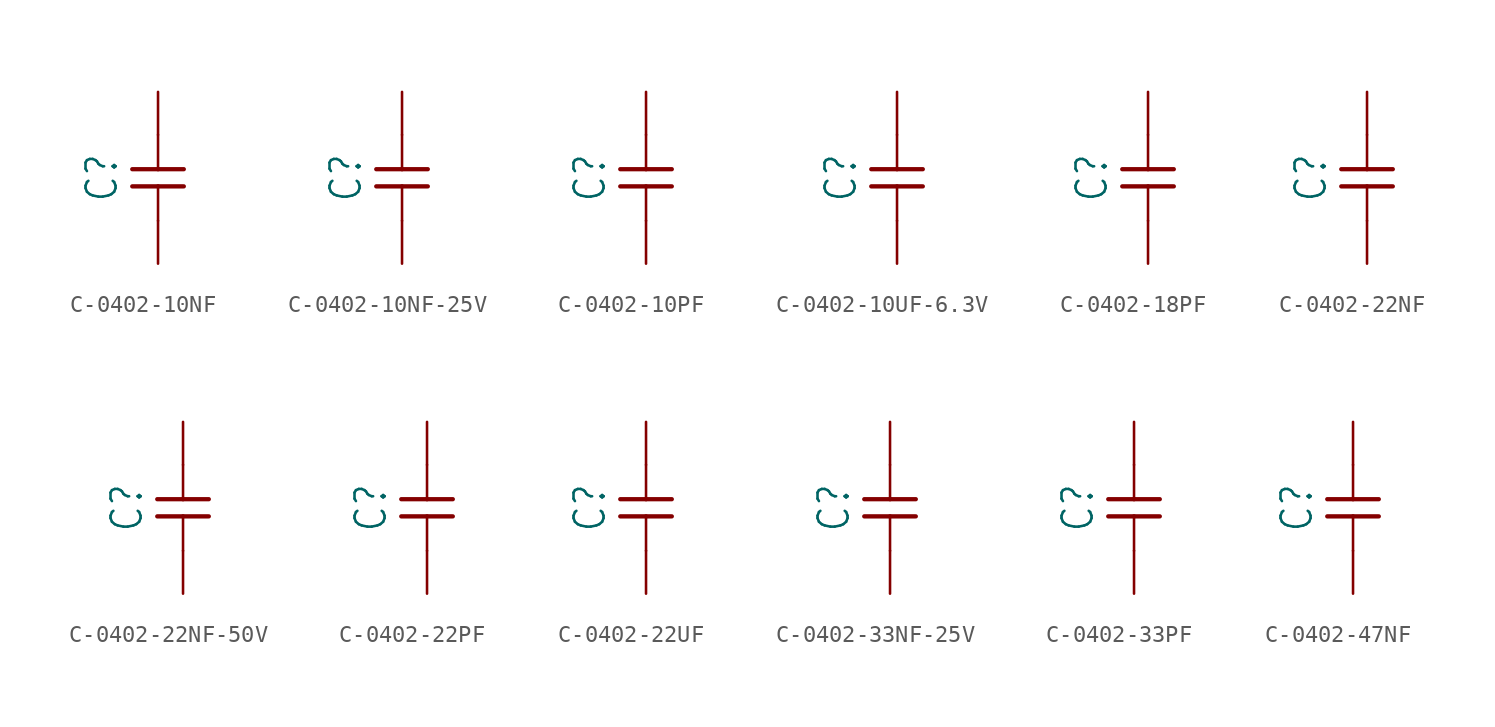
<source format=kicad_sym>
(kicad_symbol_lib
  (version 20231120)
  (generator "kicad_symbol_editor")
  (generator_version "8.0")
  (symbol "C-0402-10NF"
    (property "Reference" "C"
      (at -2.286 0 90)
      (effects (font (size 1.778 1.511)) (justify bottom)))
    (property "Value" ""
      (at 2.286 0 90)
      (effects (font (size 1.778 1.511)) (justify top)))
    (property "ki_locked" ""
      (at 0 0 0)
      (effects (font (size 1.27 1.27))))
    (symbol "C-0402-10NF_1_0"
      (polyline (pts (xy -1.524 0.508) (xy 0 0.508)) (stroke (width 0.254) (type solid)) (fill (type none)))
      (polyline (pts (xy 0 -2.54) (xy 0 -0.508)) (stroke (width 0.152) (type solid)) (fill (type none)))
      (polyline (pts (xy 0 -0.508) (xy -1.524 -0.508)) (stroke (width 0.254) (type solid)) (fill (type none)))
      (polyline (pts (xy 0 0.508) (xy 0 2.54)) (stroke (width 0.152) (type solid)) (fill (type none)))
      (polyline (pts (xy 0 0.508) (xy 1.524 0.508)) (stroke (width 0.254) (type solid)) (fill (type none)))
      (polyline (pts (xy 1.524 -0.508) (xy 0 -0.508)) (stroke (width 0.254) (type solid)) (fill (type none)))
      (pin passive line (at 0 5.08 270) (length 2.54) (name "1" (effects (font (size 0 0)))) (number "1" (effects (font (size 0 0)))))
      (pin passive line (at 0 -5.08 90) (length 2.54) (name "2" (effects (font (size 0 0)))) (number "2" (effects (font (size 0 0)))))))
  (symbol "C-0402-10NF-25V"
    (property "Reference" "C"
      (at -2.286 0 90)
      (effects (font (size 1.778 1.511)) (justify bottom)))
    (property "Value" ""
      (at 2.286 0 90)
      (effects (font (size 1.778 1.511)) (justify top)))
    (property "ki_locked" ""
      (at 0 0 0)
      (effects (font (size 1.27 1.27))))
    (symbol "C-0402-10NF-25V_1_0"
      (polyline (pts (xy -1.524 0.508) (xy 0 0.508)) (stroke (width 0.254) (type solid)) (fill (type none)))
      (polyline (pts (xy 0 -2.54) (xy 0 -0.508)) (stroke (width 0.152) (type solid)) (fill (type none)))
      (polyline (pts (xy 0 -0.508) (xy -1.524 -0.508)) (stroke (width 0.254) (type solid)) (fill (type none)))
      (polyline (pts (xy 0 0.508) (xy 0 2.54)) (stroke (width 0.152) (type solid)) (fill (type none)))
      (polyline (pts (xy 0 0.508) (xy 1.524 0.508)) (stroke (width 0.254) (type solid)) (fill (type none)))
      (polyline (pts (xy 1.524 -0.508) (xy 0 -0.508)) (stroke (width 0.254) (type solid)) (fill (type none)))
      (pin passive line (at 0 5.08 270) (length 2.54) (name "1" (effects (font (size 0 0)))) (number "1" (effects (font (size 0 0)))))
      (pin passive line (at 0 -5.08 90) (length 2.54) (name "2" (effects (font (size 0 0)))) (number "2" (effects (font (size 0 0)))))))
  (symbol "C-0402-10PF"
    (property "Reference" "C"
      (at -2.286 0 90)
      (effects (font (size 1.778 1.511)) (justify bottom)))
    (property "Value" ""
      (at 2.286 0 90)
      (effects (font (size 1.778 1.511)) (justify top)))
    (property "ki_locked" ""
      (at 0 0 0)
      (effects (font (size 1.27 1.27))))
    (symbol "C-0402-10PF_1_0"
      (polyline (pts (xy -1.524 0.508) (xy 0 0.508)) (stroke (width 0.254) (type solid)) (fill (type none)))
      (polyline (pts (xy 0 -2.54) (xy 0 -0.508)) (stroke (width 0.152) (type solid)) (fill (type none)))
      (polyline (pts (xy 0 -0.508) (xy -1.524 -0.508)) (stroke (width 0.254) (type solid)) (fill (type none)))
      (polyline (pts (xy 0 0.508) (xy 0 2.54)) (stroke (width 0.152) (type solid)) (fill (type none)))
      (polyline (pts (xy 0 0.508) (xy 1.524 0.508)) (stroke (width 0.254) (type solid)) (fill (type none)))
      (polyline (pts (xy 1.524 -0.508) (xy 0 -0.508)) (stroke (width 0.254) (type solid)) (fill (type none)))
      (pin passive line (at 0 5.08 270) (length 2.54) (name "1" (effects (font (size 0 0)))) (number "1" (effects (font (size 0 0)))))
      (pin passive line (at 0 -5.08 90) (length 2.54) (name "2" (effects (font (size 0 0)))) (number "2" (effects (font (size 0 0)))))))
  (symbol "C-0402-10UF-6.3V"
    (property "Reference" "C"
      (at -2.286 0 90)
      (effects (font (size 1.778 1.511)) (justify bottom)))
    (property "Value" ""
      (at 2.286 0 90)
      (effects (font (size 1.778 1.511)) (justify top)))
    (property "ki_locked" ""
      (at 0 0 0)
      (effects (font (size 1.27 1.27))))
    (symbol "C-0402-10UF-6.3V_1_0"
      (polyline (pts (xy -1.524 0.508) (xy 0 0.508)) (stroke (width 0.254) (type solid)) (fill (type none)))
      (polyline (pts (xy 0 -2.54) (xy 0 -0.508)) (stroke (width 0.152) (type solid)) (fill (type none)))
      (polyline (pts (xy 0 -0.508) (xy -1.524 -0.508)) (stroke (width 0.254) (type solid)) (fill (type none)))
      (polyline (pts (xy 0 0.508) (xy 0 2.54)) (stroke (width 0.152) (type solid)) (fill (type none)))
      (polyline (pts (xy 0 0.508) (xy 1.524 0.508)) (stroke (width 0.254) (type solid)) (fill (type none)))
      (polyline (pts (xy 1.524 -0.508) (xy 0 -0.508)) (stroke (width 0.254) (type solid)) (fill (type none)))
      (pin passive line (at 0 5.08 270) (length 2.54) (name "1" (effects (font (size 0 0)))) (number "1" (effects (font (size 0 0)))))
      (pin passive line (at 0 -5.08 90) (length 2.54) (name "2" (effects (font (size 0 0)))) (number "2" (effects (font (size 0 0)))))))
  (symbol "C-0402-18PF"
    (property "Reference" "C"
      (at -2.286 0 90)
      (effects (font (size 1.778 1.511)) (justify bottom)))
    (property "Value" ""
      (at 2.286 0 90)
      (effects (font (size 1.778 1.511)) (justify top)))
    (property "ki_locked" ""
      (at 0 0 0)
      (effects (font (size 1.27 1.27))))
    (symbol "C-0402-18PF_1_0"
      (polyline (pts (xy -1.524 0.508) (xy 0 0.508)) (stroke (width 0.254) (type solid)) (fill (type none)))
      (polyline (pts (xy 0 -2.54) (xy 0 -0.508)) (stroke (width 0.152) (type solid)) (fill (type none)))
      (polyline (pts (xy 0 -0.508) (xy -1.524 -0.508)) (stroke (width 0.254) (type solid)) (fill (type none)))
      (polyline (pts (xy 0 0.508) (xy 0 2.54)) (stroke (width 0.152) (type solid)) (fill (type none)))
      (polyline (pts (xy 0 0.508) (xy 1.524 0.508)) (stroke (width 0.254) (type solid)) (fill (type none)))
      (polyline (pts (xy 1.524 -0.508) (xy 0 -0.508)) (stroke (width 0.254) (type solid)) (fill (type none)))
      (pin passive line (at 0 5.08 270) (length 2.54) (name "1" (effects (font (size 0 0)))) (number "1" (effects (font (size 0 0)))))
      (pin passive line (at 0 -5.08 90) (length 2.54) (name "2" (effects (font (size 0 0)))) (number "2" (effects (font (size 0 0)))))))
  (symbol "C-0402-22NF"
    (property "Reference" "C"
      (at -2.286 0 90)
      (effects (font (size 1.778 1.511)) (justify bottom)))
    (property "Value" ""
      (at 2.286 0 90)
      (effects (font (size 1.778 1.511)) (justify top)))
    (property "ki_locked" ""
      (at 0 0 0)
      (effects (font (size 1.27 1.27))))
    (symbol "C-0402-22NF_1_0"
      (polyline (pts (xy -1.524 0.508) (xy 0 0.508)) (stroke (width 0.254) (type solid)) (fill (type none)))
      (polyline (pts (xy 0 -2.54) (xy 0 -0.508)) (stroke (width 0.152) (type solid)) (fill (type none)))
      (polyline (pts (xy 0 -0.508) (xy -1.524 -0.508)) (stroke (width 0.254) (type solid)) (fill (type none)))
      (polyline (pts (xy 0 0.508) (xy 0 2.54)) (stroke (width 0.152) (type solid)) (fill (type none)))
      (polyline (pts (xy 0 0.508) (xy 1.524 0.508)) (stroke (width 0.254) (type solid)) (fill (type none)))
      (polyline (pts (xy 1.524 -0.508) (xy 0 -0.508)) (stroke (width 0.254) (type solid)) (fill (type none)))
      (pin passive line (at 0 5.08 270) (length 2.54) (name "1" (effects (font (size 0 0)))) (number "1" (effects (font (size 0 0)))))
      (pin passive line (at 0 -5.08 90) (length 2.54) (name "2" (effects (font (size 0 0)))) (number "2" (effects (font (size 0 0)))))))
  (symbol "C-0402-22NF-50V"
    (property "Reference" "C"
      (at -2.286 0 90)
      (effects (font (size 1.778 1.511)) (justify bottom)))
    (property "Value" ""
      (at 2.286 0 90)
      (effects (font (size 1.778 1.511)) (justify top)))
    (property "ki_locked" ""
      (at 0 0 0)
      (effects (font (size 1.27 1.27))))
    (symbol "C-0402-22NF-50V_1_0"
      (polyline (pts (xy -1.524 0.508) (xy 0 0.508)) (stroke (width 0.254) (type solid)) (fill (type none)))
      (polyline (pts (xy 0 -2.54) (xy 0 -0.508)) (stroke (width 0.152) (type solid)) (fill (type none)))
      (polyline (pts (xy 0 -0.508) (xy -1.524 -0.508)) (stroke (width 0.254) (type solid)) (fill (type none)))
      (polyline (pts (xy 0 0.508) (xy 0 2.54)) (stroke (width 0.152) (type solid)) (fill (type none)))
      (polyline (pts (xy 0 0.508) (xy 1.524 0.508)) (stroke (width 0.254) (type solid)) (fill (type none)))
      (polyline (pts (xy 1.524 -0.508) (xy 0 -0.508)) (stroke (width 0.254) (type solid)) (fill (type none)))
      (pin passive line (at 0 5.08 270) (length 2.54) (name "1" (effects (font (size 0 0)))) (number "1" (effects (font (size 0 0)))))
      (pin passive line (at 0 -5.08 90) (length 2.54) (name "2" (effects (font (size 0 0)))) (number "2" (effects (font (size 0 0)))))))
  (symbol "C-0402-22PF"
    (property "Reference" "C"
      (at -2.286 0 90)
      (effects (font (size 1.778 1.511)) (justify bottom)))
    (property "Value" ""
      (at 2.286 0 90)
      (effects (font (size 1.778 1.511)) (justify top)))
    (property "ki_locked" ""
      (at 0 0 0)
      (effects (font (size 1.27 1.27))))
    (symbol "C-0402-22PF_1_0"
      (polyline (pts (xy -1.524 0.508) (xy 0 0.508)) (stroke (width 0.254) (type solid)) (fill (type none)))
      (polyline (pts (xy 0 -2.54) (xy 0 -0.508)) (stroke (width 0.152) (type solid)) (fill (type none)))
      (polyline (pts (xy 0 -0.508) (xy -1.524 -0.508)) (stroke (width 0.254) (type solid)) (fill (type none)))
      (polyline (pts (xy 0 0.508) (xy 0 2.54)) (stroke (width 0.152) (type solid)) (fill (type none)))
      (polyline (pts (xy 0 0.508) (xy 1.524 0.508)) (stroke (width 0.254) (type solid)) (fill (type none)))
      (polyline (pts (xy 1.524 -0.508) (xy 0 -0.508)) (stroke (width 0.254) (type solid)) (fill (type none)))
      (pin passive line (at 0 5.08 270) (length 2.54) (name "1" (effects (font (size 0 0)))) (number "1" (effects (font (size 0 0)))))
      (pin passive line (at 0 -5.08 90) (length 2.54) (name "2" (effects (font (size 0 0)))) (number "2" (effects (font (size 0 0)))))))
  (symbol "C-0402-22UF"
    (property "Reference" "C"
      (at -2.286 0 90)
      (effects (font (size 1.778 1.511)) (justify bottom)))
    (property "Value" ""
      (at 2.286 0 90)
      (effects (font (size 1.778 1.511)) (justify top)))
    (property "ki_locked" ""
      (at 0 0 0)
      (effects (font (size 1.27 1.27))))
    (symbol "C-0402-22UF_1_0"
      (polyline (pts (xy -1.524 0.508) (xy 0 0.508)) (stroke (width 0.254) (type solid)) (fill (type none)))
      (polyline (pts (xy 0 -2.54) (xy 0 -0.508)) (stroke (width 0.152) (type solid)) (fill (type none)))
      (polyline (pts (xy 0 -0.508) (xy -1.524 -0.508)) (stroke (width 0.254) (type solid)) (fill (type none)))
      (polyline (pts (xy 0 0.508) (xy 0 2.54)) (stroke (width 0.152) (type solid)) (fill (type none)))
      (polyline (pts (xy 0 0.508) (xy 1.524 0.508)) (stroke (width 0.254) (type solid)) (fill (type none)))
      (polyline (pts (xy 1.524 -0.508) (xy 0 -0.508)) (stroke (width 0.254) (type solid)) (fill (type none)))
      (pin passive line (at 0 5.08 270) (length 2.54) (name "1" (effects (font (size 0 0)))) (number "1" (effects (font (size 0 0)))))
      (pin passive line (at 0 -5.08 90) (length 2.54) (name "2" (effects (font (size 0 0)))) (number "2" (effects (font (size 0 0)))))))
  (symbol "C-0402-33NF-25V"
    (property "Reference" "C"
      (at -2.286 0 90)
      (effects (font (size 1.778 1.511)) (justify bottom)))
    (property "Value" ""
      (at 2.286 0 90)
      (effects (font (size 1.778 1.511)) (justify top)))
    (property "ki_locked" ""
      (at 0 0 0)
      (effects (font (size 1.27 1.27))))
    (symbol "C-0402-33NF-25V_1_0"
      (polyline (pts (xy -1.524 0.508) (xy 0 0.508)) (stroke (width 0.254) (type solid)) (fill (type none)))
      (polyline (pts (xy 0 -2.54) (xy 0 -0.508)) (stroke (width 0.152) (type solid)) (fill (type none)))
      (polyline (pts (xy 0 -0.508) (xy -1.524 -0.508)) (stroke (width 0.254) (type solid)) (fill (type none)))
      (polyline (pts (xy 0 0.508) (xy 0 2.54)) (stroke (width 0.152) (type solid)) (fill (type none)))
      (polyline (pts (xy 0 0.508) (xy 1.524 0.508)) (stroke (width 0.254) (type solid)) (fill (type none)))
      (polyline (pts (xy 1.524 -0.508) (xy 0 -0.508)) (stroke (width 0.254) (type solid)) (fill (type none)))
      (pin passive line (at 0 5.08 270) (length 2.54) (name "1" (effects (font (size 0 0)))) (number "1" (effects (font (size 0 0)))))
      (pin passive line (at 0 -5.08 90) (length 2.54) (name "2" (effects (font (size 0 0)))) (number "2" (effects (font (size 0 0)))))))
  (symbol "C-0402-33PF"
    (property "Reference" "C"
      (at -2.286 0 90)
      (effects (font (size 1.778 1.511)) (justify bottom)))
    (property "Value" ""
      (at 2.286 0 90)
      (effects (font (size 1.778 1.511)) (justify top)))
    (property "ki_locked" ""
      (at 0 0 0)
      (effects (font (size 1.27 1.27))))
    (symbol "C-0402-33PF_1_0"
      (polyline (pts (xy -1.524 0.508) (xy 0 0.508)) (stroke (width 0.254) (type solid)) (fill (type none)))
      (polyline (pts (xy 0 -2.54) (xy 0 -0.508)) (stroke (width 0.152) (type solid)) (fill (type none)))
      (polyline (pts (xy 0 -0.508) (xy -1.524 -0.508)) (stroke (width 0.254) (type solid)) (fill (type none)))
      (polyline (pts (xy 0 0.508) (xy 0 2.54)) (stroke (width 0.152) (type solid)) (fill (type none)))
      (polyline (pts (xy 0 0.508) (xy 1.524 0.508)) (stroke (width 0.254) (type solid)) (fill (type none)))
      (polyline (pts (xy 1.524 -0.508) (xy 0 -0.508)) (stroke (width 0.254) (type solid)) (fill (type none)))
      (pin passive line (at 0 5.08 270) (length 2.54) (name "1" (effects (font (size 0 0)))) (number "1" (effects (font (size 0 0)))))
      (pin passive line (at 0 -5.08 90) (length 2.54) (name "2" (effects (font (size 0 0)))) (number "2" (effects (font (size 0 0)))))))
  (symbol "C-0402-47NF"
    (property "Reference" "C"
      (at -2.286 0 90)
      (effects (font (size 1.778 1.511)) (justify bottom)))
    (property "Value" ""
      (at 2.286 0 90)
      (effects (font (size 1.778 1.511)) (justify top)))
    (property "ki_locked" ""
      (at 0 0 0)
      (effects (font (size 1.27 1.27))))
    (symbol "C-0402-47NF_1_0"
      (polyline (pts (xy -1.524 0.508) (xy 0 0.508)) (stroke (width 0.254) (type solid)) (fill (type none)))
      (polyline (pts (xy 0 -2.54) (xy 0 -0.508)) (stroke (width 0.152) (type solid)) (fill (type none)))
      (polyline (pts (xy 0 -0.508) (xy -1.524 -0.508)) (stroke (width 0.254) (type solid)) (fill (type none)))
      (polyline (pts (xy 0 0.508) (xy 0 2.54)) (stroke (width 0.152) (type solid)) (fill (type none)))
      (polyline (pts (xy 0 0.508) (xy 1.524 0.508)) (stroke (width 0.254) (type solid)) (fill (type none)))
      (polyline (pts (xy 1.524 -0.508) (xy 0 -0.508)) (stroke (width 0.254) (type solid)) (fill (type none)))
      (pin passive line (at 0 5.08 270) (length 2.54) (name "1" (effects (font (size 0 0)))) (number "1" (effects (font (size 0 0)))))
      (pin passive line (at 0 -5.08 90) (length 2.54) (name "2" (effects (font (size 0 0)))) (number "2" (effects (font (size 0 0))))))))
</source>
